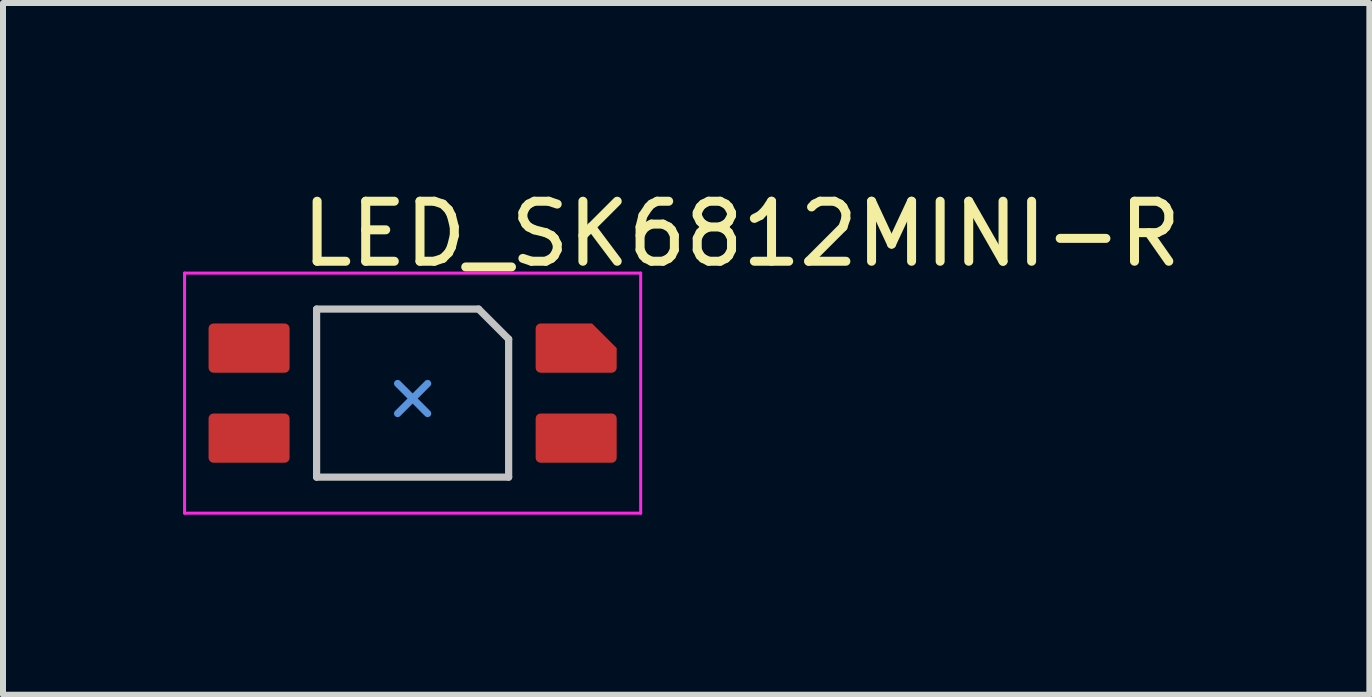
<source format=kicad_pcb>
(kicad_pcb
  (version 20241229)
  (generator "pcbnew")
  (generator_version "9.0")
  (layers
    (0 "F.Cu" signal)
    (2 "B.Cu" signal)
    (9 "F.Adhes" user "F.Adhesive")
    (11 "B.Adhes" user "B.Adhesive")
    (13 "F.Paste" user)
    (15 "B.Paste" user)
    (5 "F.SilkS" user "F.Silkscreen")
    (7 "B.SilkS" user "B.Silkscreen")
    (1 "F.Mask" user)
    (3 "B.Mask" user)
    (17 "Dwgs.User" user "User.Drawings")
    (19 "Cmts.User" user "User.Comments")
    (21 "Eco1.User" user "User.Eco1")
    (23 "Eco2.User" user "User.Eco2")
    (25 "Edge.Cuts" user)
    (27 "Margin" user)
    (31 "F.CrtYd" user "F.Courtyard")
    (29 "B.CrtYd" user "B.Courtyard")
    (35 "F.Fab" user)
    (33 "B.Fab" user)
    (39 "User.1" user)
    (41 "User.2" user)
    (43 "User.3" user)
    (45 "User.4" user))
  (footprint "LED_SK6812MINI-R"
    (layer "F.Cu")
    (at 3.825 3.59)
    (property "Reference" "LED_SK6812MINI-R" (at -1.928 -2.742 180) (layer "F.SilkS") (effects (font (size 1 1) (thickness 0.15)) (justify left)))
    (attr smd)
    (fp_line (start -1.6 -1.49) (end 1.1 -1.49) (stroke (width 0.12) (type solid)) (layer "Dwgs.User"))
    (fp_line (start -1.6 1.31) (end -1.6 -1.49) (stroke (width 0.12) (type solid)) (layer "Dwgs.User"))
    (fp_line (start 1.6 -0.99) (end 1.1 -1.49) (stroke (width 0.12) (type solid)) (layer "Dwgs.User"))
    (fp_line (start 1.6 -0.99) (end 1.6 1.31) (stroke (width 0.12) (type solid)) (layer "Dwgs.User"))
    (fp_line (start 1.6 1.31) (end -1.6 1.31) (stroke (width 0.12) (type solid)) (layer "Dwgs.User"))
    (fp_line (start -0.25 -0.25) (end 0 0) (stroke (width 0.12) (type solid)) (layer "Cmts.User"))
    (fp_line (start 0 0) (end -0.25 0.25) (stroke (width 0.12) (type solid)) (layer "Cmts.User"))
    (fp_line (start 0 0) (end 0.25 0.25) (stroke (width 0.12) (type solid)) (layer "Cmts.User"))
    (fp_line (start 0.25 -0.25) (end 0 0) (stroke (width 0.12) (type solid)) (layer "Cmts.User"))
    (fp_line (start -3.8 -2.09) (end 3.8 -2.09) (stroke (width 0.05) (type solid)) (layer "F.CrtYd"))
    (fp_line (start -3.8 1.91) (end -3.8 -2.09) (stroke (width 0.05) (type solid)) (layer "F.CrtYd"))
    (fp_line (start 3.8 -2.09) (end 3.8 1.91) (stroke (width 0.05) (type solid)) (layer "F.CrtYd"))
    (fp_line (start 3.8 1.91) (end -3.8 1.91) (stroke (width 0.05) (type solid)) (layer "F.CrtYd"))
    (pad "1" smd roundrect (at -2.725 0.66 270) (size 0.82 1.35) (layers "F.Cu" "F.Mask" "F.Paste") (roundrect_rratio 0.1))
    (pad "2" smd roundrect (at -2.725 -0.84 270) (size 0.82 1.35) (layers "F.Cu" "F.Mask" "F.Paste") (roundrect_rratio 0.1))
    (pad "3" smd roundrect (at 2.725 0.66 270) (size 0.82 1.35) (layers "F.Cu" "F.Mask" "F.Paste") (roundrect_rratio 0.1))
    (pad "4" smd roundrect (at 2.725 -0.84 270) (size 0.82 1.35) (layers "F.Cu" "F.Mask" "F.Paste") (roundrect_rratio 0.1) (chamfer_ratio 0.5) (chamfer top_left)))
  (gr_rect
    (start -3 -3)
    (end 19.766 8.525)
    (stroke (width 0.1) (type default))
    (fill no)
    (layer "Edge.Cuts")))
</source>
